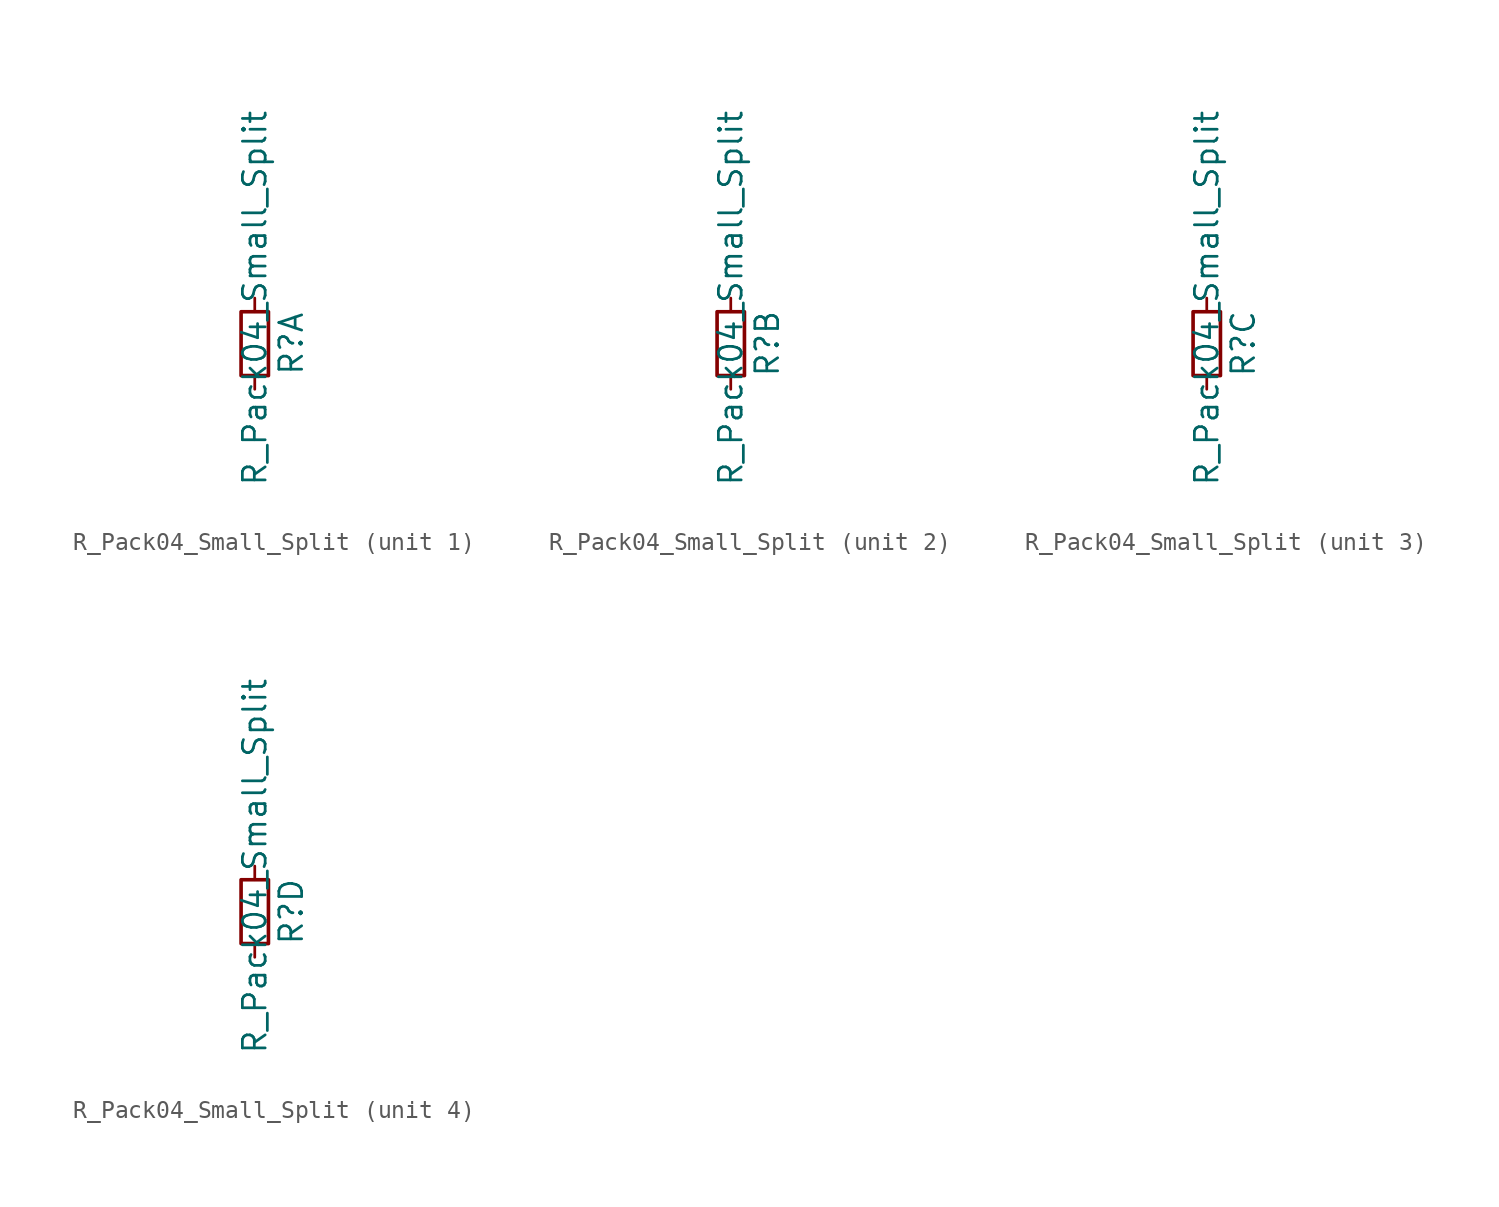
<source format=kicad_sym>
(kicad_symbol_lib
  (version 20201005)
  (generator kicad_symbol_editor)
  (symbol "R_Pack04_Small_Split"
    (pin_numbers hide)
    (pin_names
      (offset 0) hide)
    (property "Reference" "R"
      (at 2.032 0 90)
      (effects (font (size 1.27 1.27))))
    (property "Value" "R_Pack04_Small_Split"
      (at 0 2.54 90)
      (effects (font (size 1.27 1.27))))
    (symbol "R_Pack04_Small_Split_1_1"
      (rectangle (start -0.762 1.778) (end 0.762 -1.778) (stroke (width 0.203)) (fill (type none)))
      (pin passive line (at 0 2.54 270) (length 0.762) (name "~" (effects (font (size 1.27 1.27)))) (number "1" (effects (font (size 1.27 1.27)))))
      (pin passive line (at 0 -2.54 90) (length 0.762) (name "~" (effects (font (size 1.27 1.27)))) (number "8" (effects (font (size 1.27 1.27))))))
    (symbol "R_Pack04_Small_Split_2_1"
      (rectangle (start -0.762 1.778) (end 0.762 -1.778) (stroke (width 0.203)) (fill (type none)))
      (pin passive line (at 0 2.54 270) (length 0.762) (name "~" (effects (font (size 1.27 1.27)))) (number "2" (effects (font (size 1.27 1.27)))))
      (pin passive line (at 0 -2.54 90) (length 0.762) (name "~" (effects (font (size 1.27 1.27)))) (number "7" (effects (font (size 1.27 1.27))))))
    (symbol "R_Pack04_Small_Split_3_1"
      (rectangle (start -0.762 1.778) (end 0.762 -1.778) (stroke (width 0.203)) (fill (type none)))
      (pin passive line (at 0 2.54 270) (length 0.762) (name "~" (effects (font (size 1.27 1.27)))) (number "3" (effects (font (size 1.27 1.27)))))
      (pin passive line (at 0 -2.54 90) (length 0.762) (name "~" (effects (font (size 1.27 1.27)))) (number "6" (effects (font (size 1.27 1.27))))))
    (symbol "R_Pack04_Small_Split_4_1"
      (rectangle (start -0.762 1.778) (end 0.762 -1.778) (stroke (width 0.203)) (fill (type none)))
      (pin passive line (at 0 2.54 270) (length 0.762) (name "~" (effects (font (size 1.27 1.27)))) (number "4" (effects (font (size 1.27 1.27)))))
      (pin passive line (at 0 -2.54 90) (length 0.762) (name "~" (effects (font (size 1.27 1.27)))) (number "5" (effects (font (size 1.27 1.27))))))))
</source>
